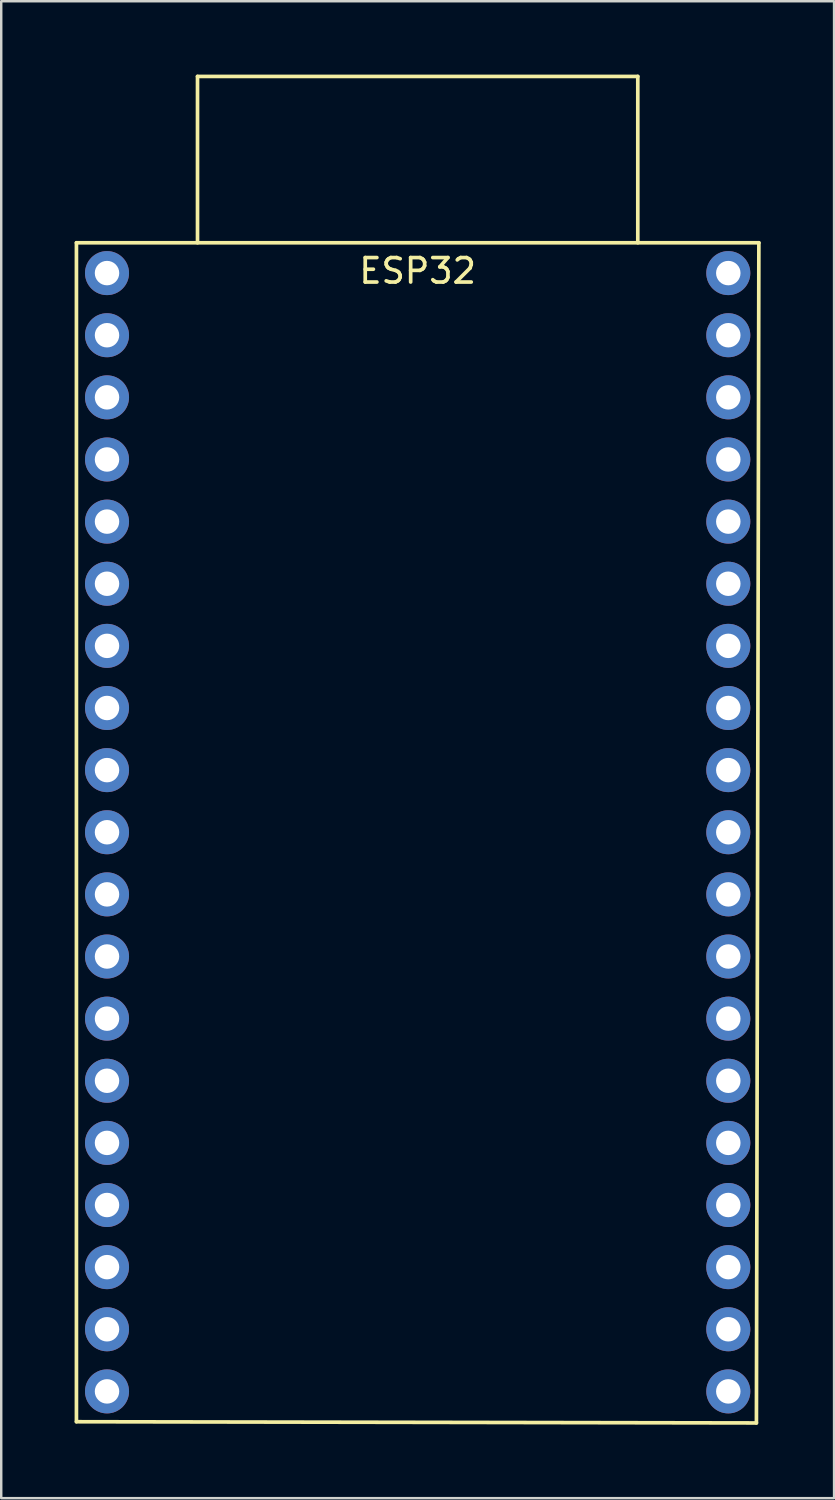
<source format=kicad_pcb>
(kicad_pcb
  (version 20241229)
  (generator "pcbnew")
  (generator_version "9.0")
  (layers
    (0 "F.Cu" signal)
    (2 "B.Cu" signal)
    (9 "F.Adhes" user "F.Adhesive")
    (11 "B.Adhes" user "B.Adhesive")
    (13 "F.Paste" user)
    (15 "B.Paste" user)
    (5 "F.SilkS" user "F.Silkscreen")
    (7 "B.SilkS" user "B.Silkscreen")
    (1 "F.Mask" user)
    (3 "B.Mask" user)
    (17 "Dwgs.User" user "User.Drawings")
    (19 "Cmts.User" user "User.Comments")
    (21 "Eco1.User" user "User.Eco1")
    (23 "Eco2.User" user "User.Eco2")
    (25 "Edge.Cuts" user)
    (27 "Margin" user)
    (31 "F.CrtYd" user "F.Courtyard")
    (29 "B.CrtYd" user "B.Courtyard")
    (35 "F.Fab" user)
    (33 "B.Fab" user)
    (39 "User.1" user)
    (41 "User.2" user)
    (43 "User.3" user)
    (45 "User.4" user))
  (footprint "ESP32"
    (layer "F.Cu")
    (at 14.025 30.975)
    (property "Reference" "ESP32" (at 0 -22.95 0) (layer "F.SilkS") (effects (font (size 1 1) (thickness 0.15))))
    (attr through_hole)
    (fp_line (start -13.95 -24.1) (end -13.95 24.1) (stroke (width 0.15) (type solid)) (layer "F.SilkS"))
    (fp_line (start -13.95 -24.1) (end 13.95 -24.1) (stroke (width 0.15) (type solid)) (layer "F.SilkS"))
    (fp_line (start -9 -30.9) (end 9 -30.9) (stroke (width 0.15) (type solid)) (layer "F.SilkS"))
    (fp_line (start -9 -24.1) (end -9 -30.9) (stroke (width 0.15) (type solid)) (layer "F.SilkS"))
    (fp_line (start 9 -30.9) (end 9 -24.1) (stroke (width 0.15) (type solid)) (layer "F.SilkS"))
    (fp_line (start 13.85 24.15) (end -13.95 24.1) (stroke (width 0.15) (type solid)) (layer "F.SilkS"))
    (fp_line (start 13.95 -24.1) (end 13.85 24.15) (stroke (width 0.15) (type solid)) (layer "F.SilkS"))
    (pad "1" thru_hole circle (at -12.7 -22.86 90) (size 1.8 1.8) (drill 1) (layers "*.Cu" "*.Mask"))
    (pad "2" thru_hole circle (at -12.7 -20.32 90) (size 1.8 1.8) (drill 1) (layers "*.Cu" "*.Mask"))
    (pad "3" thru_hole circle (at -12.7 -17.78 90) (size 1.8 1.8) (drill 1) (layers "*.Cu" "*.Mask"))
    (pad "4" thru_hole circle (at -12.7 -15.24 90) (size 1.8 1.8) (drill 1) (layers "*.Cu" "*.Mask"))
    (pad "5" thru_hole circle (at -12.7 -12.7 90) (size 1.8 1.8) (drill 1) (layers "*.Cu" "*.Mask"))
    (pad "6" thru_hole circle (at -12.7 -10.16 90) (size 1.8 1.8) (drill 1) (layers "*.Cu" "*.Mask"))
    (pad "7" thru_hole circle (at -12.7 -7.62 90) (size 1.8 1.8) (drill 1) (layers "*.Cu" "*.Mask"))
    (pad "8" thru_hole circle (at -12.7 -5.08 90) (size 1.8 1.8) (drill 1) (layers "*.Cu" "*.Mask"))
    (pad "9" thru_hole circle (at -12.7 -2.54 90) (size 1.8 1.8) (drill 1) (layers "*.Cu" "*.Mask"))
    (pad "10" thru_hole circle (at -12.7 0 90) (size 1.8 1.8) (drill 1) (layers "*.Cu" "*.Mask"))
    (pad "11" thru_hole circle (at -12.7 2.54 90) (size 1.8 1.8) (drill 1) (layers "*.Cu" "*.Mask"))
    (pad "12" thru_hole circle (at -12.7 5.08 90) (size 1.8 1.8) (drill 1) (layers "*.Cu" "*.Mask"))
    (pad "13" thru_hole circle (at -12.7 7.62 90) (size 1.8 1.8) (drill 1) (layers "*.Cu" "*.Mask"))
    (pad "14" thru_hole circle (at -12.7 10.16 90) (size 1.8 1.8) (drill 1) (layers "*.Cu" "*.Mask"))
    (pad "15" thru_hole circle (at -12.7 12.7 90) (size 1.8 1.8) (drill 1) (layers "*.Cu" "*.Mask"))
    (pad "16" thru_hole circle (at -12.7 15.24 90) (size 1.8 1.8) (drill 1) (layers "*.Cu" "*.Mask"))
    (pad "17" thru_hole circle (at -12.7 17.78 90) (size 1.8 1.8) (drill 1) (layers "*.Cu" "*.Mask"))
    (pad "18" thru_hole circle (at -12.7 20.32 90) (size 1.8 1.8) (drill 1) (layers "*.Cu" "*.Mask"))
    (pad "19" thru_hole circle (at -12.7 22.86 90) (size 1.8 1.8) (drill 1) (layers "*.Cu" "*.Mask"))
    (pad "20" thru_hole circle (at 12.7 22.86 90) (size 1.8 1.8) (drill 1) (layers "*.Cu" "*.Mask"))
    (pad "21" thru_hole circle (at 12.7 20.32 90) (size 1.8 1.8) (drill 1) (layers "*.Cu" "*.Mask"))
    (pad "22" thru_hole circle (at 12.7 17.78 90) (size 1.8 1.8) (drill 1) (layers "*.Cu" "*.Mask"))
    (pad "23" thru_hole circle (at 12.7 15.24 90) (size 1.8 1.8) (drill 1) (layers "*.Cu" "*.Mask"))
    (pad "24" thru_hole circle (at 12.7 12.7 90) (size 1.8 1.8) (drill 1) (layers "*.Cu" "*.Mask"))
    (pad "25" thru_hole circle (at 12.7 10.16 90) (size 1.8 1.8) (drill 1) (layers "*.Cu" "*.Mask"))
    (pad "26" thru_hole circle (at 12.7 7.62 90) (size 1.8 1.8) (drill 1) (layers "*.Cu" "*.Mask"))
    (pad "27" thru_hole circle (at 12.7 5.08 90) (size 1.8 1.8) (drill 1) (layers "*.Cu" "*.Mask"))
    (pad "28" thru_hole circle (at 12.7 2.54 90) (size 1.8 1.8) (drill 1) (layers "*.Cu" "*.Mask"))
    (pad "29" thru_hole circle (at 12.7 0 90) (size 1.8 1.8) (drill 1) (layers "*.Cu" "*.Mask"))
    (pad "30" thru_hole circle (at 12.7 -2.54 90) (size 1.8 1.8) (drill 1) (layers "*.Cu" "*.Mask"))
    (pad "31" thru_hole circle (at 12.7 -5.08 90) (size 1.8 1.8) (drill 1) (layers "*.Cu" "*.Mask"))
    (pad "32" thru_hole circle (at 12.7 -7.62 90) (size 1.8 1.8) (drill 1) (layers "*.Cu" "*.Mask"))
    (pad "33" thru_hole circle (at 12.7 -10.16 90) (size 1.8 1.8) (drill 1) (layers "*.Cu" "*.Mask"))
    (pad "34" thru_hole circle (at 12.7 -12.7 90) (size 1.8 1.8) (drill 1) (layers "*.Cu" "*.Mask"))
    (pad "35" thru_hole circle (at 12.7 -15.24 90) (size 1.8 1.8) (drill 1) (layers "*.Cu" "*.Mask"))
    (pad "36" thru_hole circle (at 12.7 -17.78 90) (size 1.8 1.8) (drill 1) (layers "*.Cu" "*.Mask"))
    (pad "37" thru_hole circle (at 12.7 -20.32 90) (size 1.8 1.8) (drill 1) (layers "*.Cu" "*.Mask"))
    (pad "38" thru_hole circle (at 12.7 -22.86 90) (size 1.8 1.8) (drill 1) (layers "*.Cu" "*.Mask")))
  (gr_rect
    (start -3 -3)
    (end 31.05 58.2)
    (stroke (width 0.1) (type default))
    (fill no)
    (layer "Edge.Cuts")))
</source>
